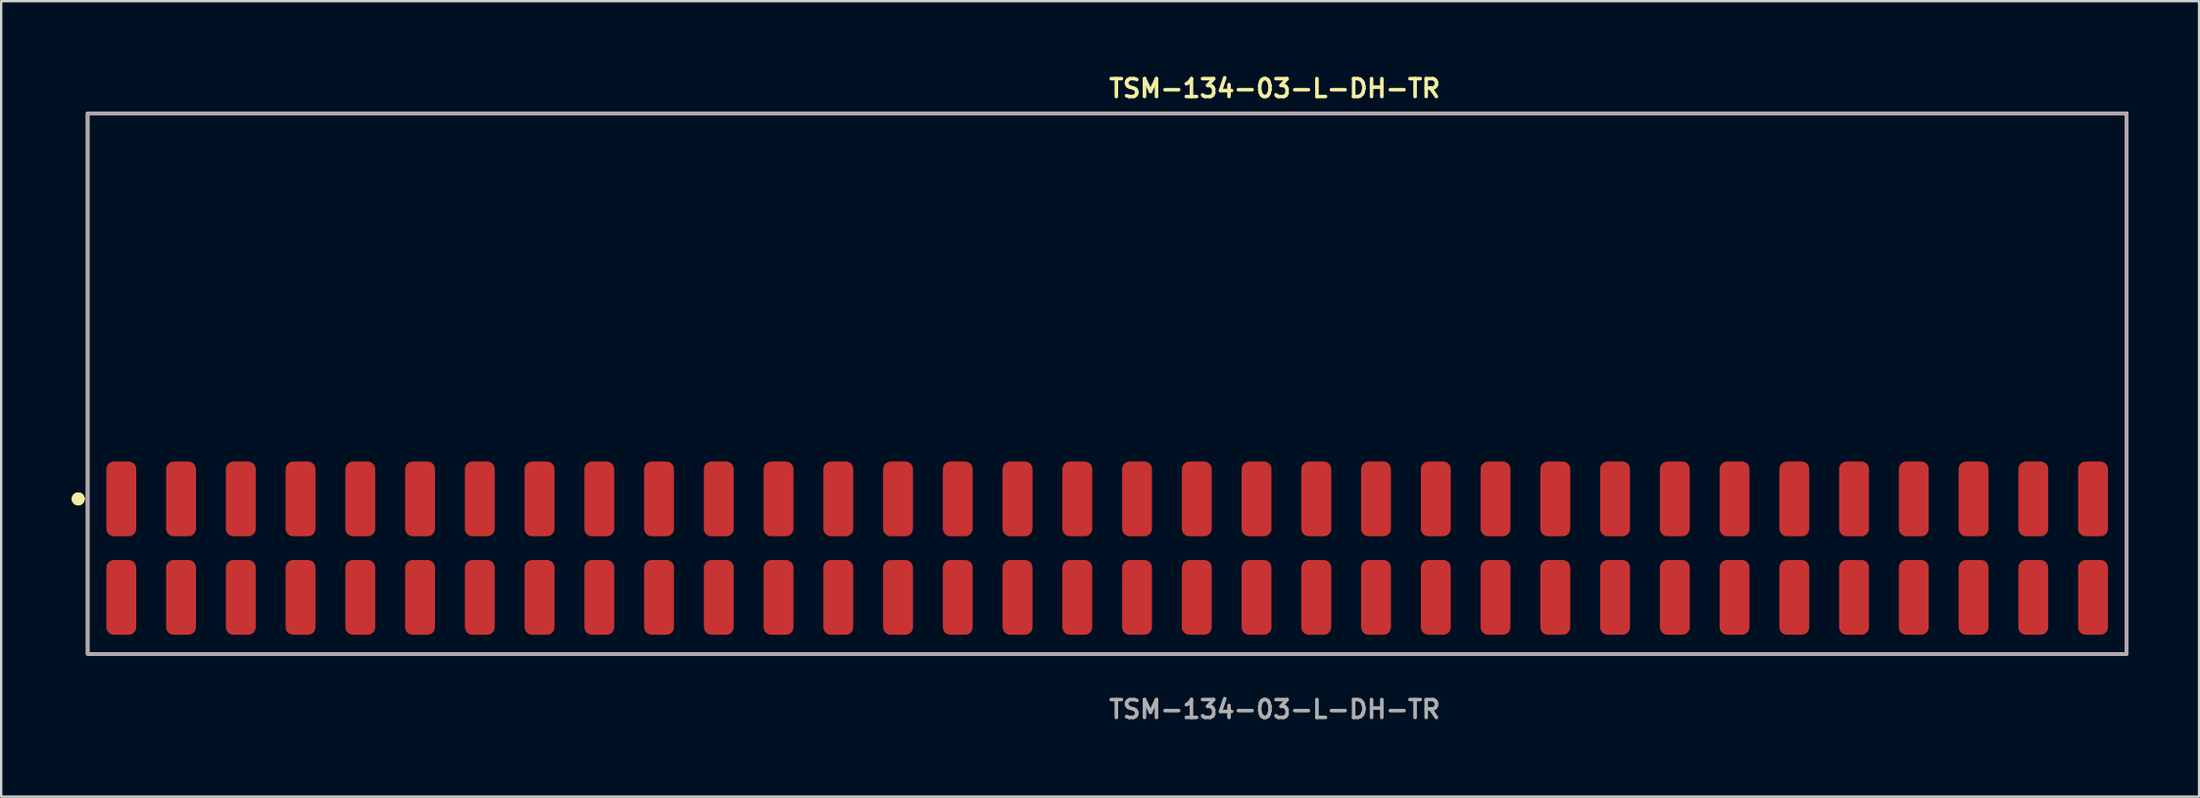
<source format=kicad_pcb>
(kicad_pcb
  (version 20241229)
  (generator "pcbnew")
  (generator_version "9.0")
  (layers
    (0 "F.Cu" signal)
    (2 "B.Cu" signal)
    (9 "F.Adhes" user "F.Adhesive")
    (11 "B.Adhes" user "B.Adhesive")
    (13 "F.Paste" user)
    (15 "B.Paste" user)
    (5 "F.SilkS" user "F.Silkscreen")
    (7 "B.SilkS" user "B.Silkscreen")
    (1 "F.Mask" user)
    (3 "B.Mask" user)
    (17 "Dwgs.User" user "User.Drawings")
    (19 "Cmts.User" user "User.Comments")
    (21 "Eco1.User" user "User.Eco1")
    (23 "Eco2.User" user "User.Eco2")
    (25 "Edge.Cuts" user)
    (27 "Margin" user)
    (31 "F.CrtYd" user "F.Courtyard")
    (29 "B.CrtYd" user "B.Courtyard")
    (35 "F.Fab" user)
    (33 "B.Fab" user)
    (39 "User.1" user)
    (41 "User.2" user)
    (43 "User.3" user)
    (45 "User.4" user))
  (footprint "TSM-134-03-L-DH-TR"
    (layer "F.Cu")
    (at 44.016 20.271)
    (property "Reference" "TSM-134-03-L-DH-TR" (at 0 -19.558 0) (unlocked yes) (layer "F.SilkS") (effects (font (size 0.762 0.762) (thickness 0.152)) (justify left)))
    (fp_rect (start -43.34 4.5) (end 43.34 -18.5) (stroke (width 0.152) (type solid)) (fill no) (layer "F.SilkS"))
    (fp_circle (center -43.74 -2.095) (end -43.94 -2.095) (stroke (width 0.152) (type solid)) (fill yes) (layer "F.SilkS"))
    (fp_circle (center -43.74 -2.095) (end -43.94 -2.095) (stroke (width 0.152) (type solid)) (fill yes) (layer "F.SilkS"))
    (fp_rect (start -43.34 4.5) (end 43.34 -18.5) (stroke (width 0.006) (type solid)) (fill no) (layer "F.CrtYd"))
    (fp_rect (start -43.34 4.5) (end 43.34 -18.5) (stroke (width 0.152) (type solid)) (fill no) (layer "F.Fab"))
    (fp_text user "${REFERENCE}" (at 0 6.858 0) (unlocked yes) (layer "F.Fab") (effects (font (size 0.762 0.762) (thickness 0.152)) (justify left)))
    (pad "1" smd roundrect (at -41.91 2.095) (size 1.27 3.18) (layers "F.Cu" "F.Paste") (roundrect_rratio 0.25))
    (pad "2" smd roundrect (at -41.91 -2.095) (size 1.27 3.18) (layers "F.Cu" "F.Paste") (roundrect_rratio 0.25))
    (pad "3" smd roundrect (at -39.37 2.095) (size 1.27 3.18) (layers "F.Cu" "F.Paste") (roundrect_rratio 0.25))
    (pad "4" smd roundrect (at -39.37 -2.095) (size 1.27 3.18) (layers "F.Cu" "F.Paste") (roundrect_rratio 0.25))
    (pad "5" smd roundrect (at -36.83 2.095) (size 1.27 3.18) (layers "F.Cu" "F.Paste") (roundrect_rratio 0.25))
    (pad "6" smd roundrect (at -36.83 -2.095) (size 1.27 3.18) (layers "F.Cu" "F.Paste") (roundrect_rratio 0.25))
    (pad "7" smd roundrect (at -34.29 2.095) (size 1.27 3.18) (layers "F.Cu" "F.Paste") (roundrect_rratio 0.25))
    (pad "8" smd roundrect (at -34.29 -2.095) (size 1.27 3.18) (layers "F.Cu" "F.Paste") (roundrect_rratio 0.25))
    (pad "9" smd roundrect (at -31.75 2.095) (size 1.27 3.18) (layers "F.Cu" "F.Paste") (roundrect_rratio 0.25))
    (pad "10" smd roundrect (at -31.75 -2.095) (size 1.27 3.18) (layers "F.Cu" "F.Paste") (roundrect_rratio 0.25))
    (pad "11" smd roundrect (at -29.21 2.095) (size 1.27 3.18) (layers "F.Cu" "F.Paste") (roundrect_rratio 0.25))
    (pad "12" smd roundrect (at -29.21 -2.095) (size 1.27 3.18) (layers "F.Cu" "F.Paste") (roundrect_rratio 0.25))
    (pad "13" smd roundrect (at -26.67 2.095) (size 1.27 3.18) (layers "F.Cu" "F.Paste") (roundrect_rratio 0.25))
    (pad "14" smd roundrect (at -26.67 -2.095) (size 1.27 3.18) (layers "F.Cu" "F.Paste") (roundrect_rratio 0.25))
    (pad "15" smd roundrect (at -24.13 2.095) (size 1.27 3.18) (layers "F.Cu" "F.Paste") (roundrect_rratio 0.25))
    (pad "16" smd roundrect (at -24.13 -2.095) (size 1.27 3.18) (layers "F.Cu" "F.Paste") (roundrect_rratio 0.25))
    (pad "17" smd roundrect (at -21.59 2.095) (size 1.27 3.18) (layers "F.Cu" "F.Paste") (roundrect_rratio 0.25))
    (pad "18" smd roundrect (at -21.59 -2.095) (size 1.27 3.18) (layers "F.Cu" "F.Paste") (roundrect_rratio 0.25))
    (pad "19" smd roundrect (at -19.05 2.095) (size 1.27 3.18) (layers "F.Cu" "F.Paste") (roundrect_rratio 0.25))
    (pad "20" smd roundrect (at -19.05 -2.095) (size 1.27 3.18) (layers "F.Cu" "F.Paste") (roundrect_rratio 0.25))
    (pad "21" smd roundrect (at -16.51 2.095) (size 1.27 3.18) (layers "F.Cu" "F.Paste") (roundrect_rratio 0.25))
    (pad "22" smd roundrect (at -16.51 -2.095) (size 1.27 3.18) (layers "F.Cu" "F.Paste") (roundrect_rratio 0.25))
    (pad "23" smd roundrect (at -13.97 2.095) (size 1.27 3.18) (layers "F.Cu" "F.Paste") (roundrect_rratio 0.25))
    (pad "24" smd roundrect (at -13.97 -2.095) (size 1.27 3.18) (layers "F.Cu" "F.Paste") (roundrect_rratio 0.25))
    (pad "25" smd roundrect (at -11.43 2.095) (size 1.27 3.18) (layers "F.Cu" "F.Paste") (roundrect_rratio 0.25))
    (pad "26" smd roundrect (at -11.43 -2.095) (size 1.27 3.18) (layers "F.Cu" "F.Paste") (roundrect_rratio 0.25))
    (pad "27" smd roundrect (at -8.89 2.095) (size 1.27 3.18) (layers "F.Cu" "F.Paste") (roundrect_rratio 0.25))
    (pad "28" smd roundrect (at -8.89 -2.095) (size 1.27 3.18) (layers "F.Cu" "F.Paste") (roundrect_rratio 0.25))
    (pad "29" smd roundrect (at -6.35 2.095) (size 1.27 3.18) (layers "F.Cu" "F.Paste") (roundrect_rratio 0.25))
    (pad "30" smd roundrect (at -6.35 -2.095) (size 1.27 3.18) (layers "F.Cu" "F.Paste") (roundrect_rratio 0.25))
    (pad "31" smd roundrect (at -3.81 2.095) (size 1.27 3.18) (layers "F.Cu" "F.Paste") (roundrect_rratio 0.25))
    (pad "32" smd roundrect (at -3.81 -2.095) (size 1.27 3.18) (layers "F.Cu" "F.Paste") (roundrect_rratio 0.25))
    (pad "33" smd roundrect (at -1.27 2.095) (size 1.27 3.18) (layers "F.Cu" "F.Paste") (roundrect_rratio 0.25))
    (pad "34" smd roundrect (at -1.27 -2.095) (size 1.27 3.18) (layers "F.Cu" "F.Paste") (roundrect_rratio 0.25))
    (pad "35" smd roundrect (at 1.27 2.095) (size 1.27 3.18) (layers "F.Cu" "F.Paste") (roundrect_rratio 0.25))
    (pad "36" smd roundrect (at 1.27 -2.095) (size 1.27 3.18) (layers "F.Cu" "F.Paste") (roundrect_rratio 0.25))
    (pad "37" smd roundrect (at 3.81 2.095) (size 1.27 3.18) (layers "F.Cu" "F.Paste") (roundrect_rratio 0.25))
    (pad "38" smd roundrect (at 3.81 -2.095) (size 1.27 3.18) (layers "F.Cu" "F.Paste") (roundrect_rratio 0.25))
    (pad "39" smd roundrect (at 6.35 2.095) (size 1.27 3.18) (layers "F.Cu" "F.Paste") (roundrect_rratio 0.25))
    (pad "40" smd roundrect (at 6.35 -2.095) (size 1.27 3.18) (layers "F.Cu" "F.Paste") (roundrect_rratio 0.25))
    (pad "41" smd roundrect (at 8.89 2.095) (size 1.27 3.18) (layers "F.Cu" "F.Paste") (roundrect_rratio 0.25))
    (pad "42" smd roundrect (at 8.89 -2.095) (size 1.27 3.18) (layers "F.Cu" "F.Paste") (roundrect_rratio 0.25))
    (pad "43" smd roundrect (at 11.43 2.095) (size 1.27 3.18) (layers "F.Cu" "F.Paste") (roundrect_rratio 0.25))
    (pad "44" smd roundrect (at 11.43 -2.095) (size 1.27 3.18) (layers "F.Cu" "F.Paste") (roundrect_rratio 0.25))
    (pad "45" smd roundrect (at 13.97 2.095) (size 1.27 3.18) (layers "F.Cu" "F.Paste") (roundrect_rratio 0.25))
    (pad "46" smd roundrect (at 13.97 -2.095) (size 1.27 3.18) (layers "F.Cu" "F.Paste") (roundrect_rratio 0.25))
    (pad "47" smd roundrect (at 16.51 2.095) (size 1.27 3.18) (layers "F.Cu" "F.Paste") (roundrect_rratio 0.25))
    (pad "48" smd roundrect (at 16.51 -2.095) (size 1.27 3.18) (layers "F.Cu" "F.Paste") (roundrect_rratio 0.25))
    (pad "49" smd roundrect (at 19.05 2.095) (size 1.27 3.18) (layers "F.Cu" "F.Paste") (roundrect_rratio 0.25))
    (pad "50" smd roundrect (at 19.05 -2.095) (size 1.27 3.18) (layers "F.Cu" "F.Paste") (roundrect_rratio 0.25))
    (pad "51" smd roundrect (at 21.59 2.095) (size 1.27 3.18) (layers "F.Cu" "F.Paste") (roundrect_rratio 0.25))
    (pad "52" smd roundrect (at 21.59 -2.095) (size 1.27 3.18) (layers "F.Cu" "F.Paste") (roundrect_rratio 0.25))
    (pad "53" smd roundrect (at 24.13 2.095) (size 1.27 3.18) (layers "F.Cu" "F.Paste") (roundrect_rratio 0.25))
    (pad "54" smd roundrect (at 24.13 -2.095) (size 1.27 3.18) (layers "F.Cu" "F.Paste") (roundrect_rratio 0.25))
    (pad "55" smd roundrect (at 26.67 2.095) (size 1.27 3.18) (layers "F.Cu" "F.Paste") (roundrect_rratio 0.25))
    (pad "56" smd roundrect (at 26.67 -2.095) (size 1.27 3.18) (layers "F.Cu" "F.Paste") (roundrect_rratio 0.25))
    (pad "57" smd roundrect (at 29.21 2.095) (size 1.27 3.18) (layers "F.Cu" "F.Paste") (roundrect_rratio 0.25))
    (pad "58" smd roundrect (at 29.21 -2.095) (size 1.27 3.18) (layers "F.Cu" "F.Paste") (roundrect_rratio 0.25))
    (pad "59" smd roundrect (at 31.75 2.095) (size 1.27 3.18) (layers "F.Cu" "F.Paste") (roundrect_rratio 0.25))
    (pad "60" smd roundrect (at 31.75 -2.095) (size 1.27 3.18) (layers "F.Cu" "F.Paste") (roundrect_rratio 0.25))
    (pad "61" smd roundrect (at 34.29 2.095) (size 1.27 3.18) (layers "F.Cu" "F.Paste") (roundrect_rratio 0.25))
    (pad "62" smd roundrect (at 34.29 -2.095) (size 1.27 3.18) (layers "F.Cu" "F.Paste") (roundrect_rratio 0.25))
    (pad "63" smd roundrect (at 36.83 2.095) (size 1.27 3.18) (layers "F.Cu" "F.Paste") (roundrect_rratio 0.25))
    (pad "64" smd roundrect (at 36.83 -2.095) (size 1.27 3.18) (layers "F.Cu" "F.Paste") (roundrect_rratio 0.25))
    (pad "65" smd roundrect (at 39.37 2.095) (size 1.27 3.18) (layers "F.Cu" "F.Paste") (roundrect_rratio 0.25))
    (pad "66" smd roundrect (at 39.37 -2.095) (size 1.27 3.18) (layers "F.Cu" "F.Paste") (roundrect_rratio 0.25))
    (pad "67" smd roundrect (at 41.91 2.095) (size 1.27 3.18) (layers "F.Cu" "F.Paste") (roundrect_rratio 0.25))
    (pad "68" smd roundrect (at 41.91 -2.095) (size 1.27 3.18) (layers "F.Cu" "F.Paste") (roundrect_rratio 0.25)))
  (gr_rect
    (start -3 -3)
    (end 90.432 30.842)
    (stroke (width 0.1) (type default))
    (fill no)
    (layer "Edge.Cuts")))
</source>
